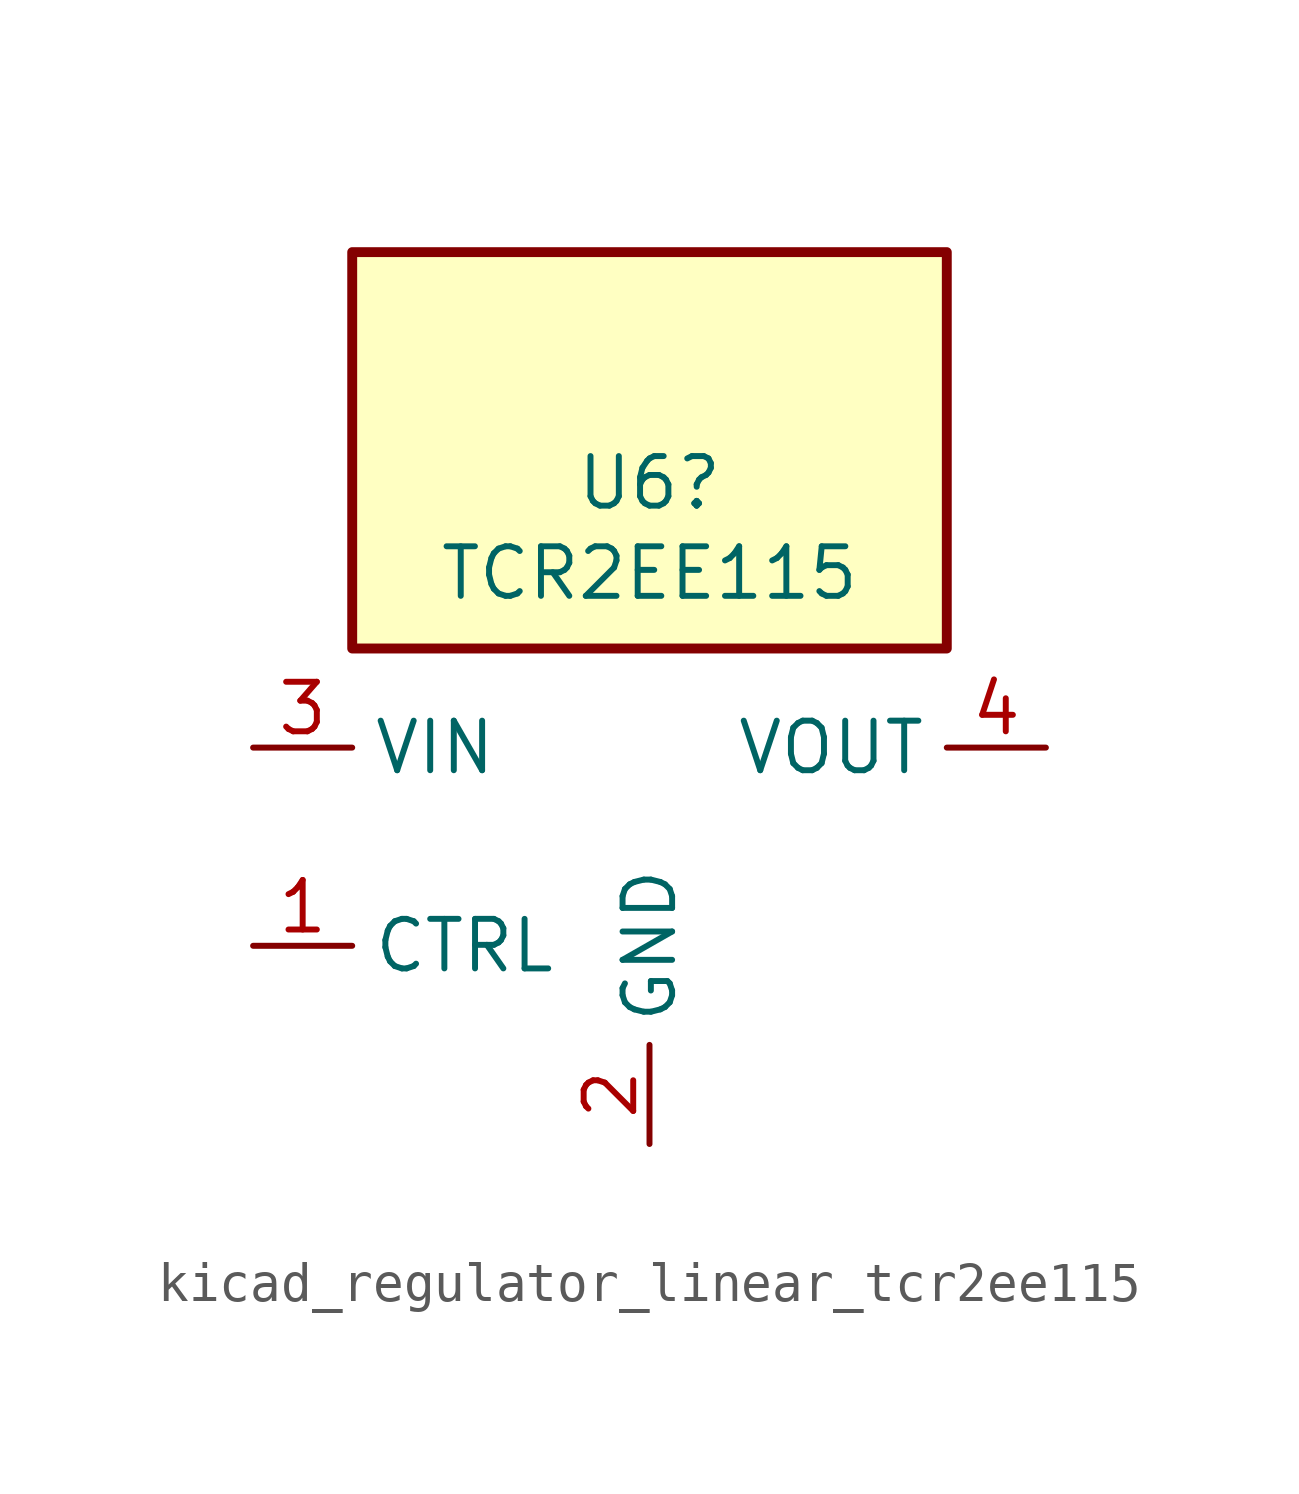
<source format=kicad_sym>
(kicad_symbol_lib
  (version 20220914)
  (generator kicad_symbol_editor)
  (symbol "kicad_regulator_linear_tcr2ee115"
    (property "Reference" "U6"
      (at 0 9.322 0)
      (effects (font (size 1.27 1.27))))
    (property "Value" "TCR2EE115"
      (at 0 7.01 0)
      (effects (font (size 1.27 1.27))))
    (symbol "kicad_regulator_linear_tcr2ee115_0_1"
      (rectangle (start 7.62 15.24) (end -7.62 5.08) (stroke (width 0.254) (type default)) (fill (type background))))
    (symbol "kicad_regulator_linear_tcr2ee115_1_1"
      (pin input line (at -10.16 -2.54 0) (length 2.54) (name "CTRL" (effects (font (size 1.27 1.27)))) (number "1" (effects (font (size 1.27 1.27)))))
      (pin power_in line (at 0 -7.62 90) (length 2.54) (name "GND" (effects (font (size 1.27 1.27)))) (number "2" (effects (font (size 1.27 1.27)))))
      (pin power_in line (at -10.16 2.54 0) (length 2.54) (name "VIN" (effects (font (size 1.27 1.27)))) (number "3" (effects (font (size 1.27 1.27)))))
      (pin power_out line (at 10.16 2.54 180) (length 2.54) (name "VOUT" (effects (font (size 1.27 1.27)))) (number "4" (effects (font (size 1.27 1.27)))))
      (pin no_connect line (at 7.62 -2.54 180) (length 2.54) hide (name "NC" (effects (font (size 1.27 1.27)))) (number "5" (effects (font (size 1.27 1.27))))))))
</source>
